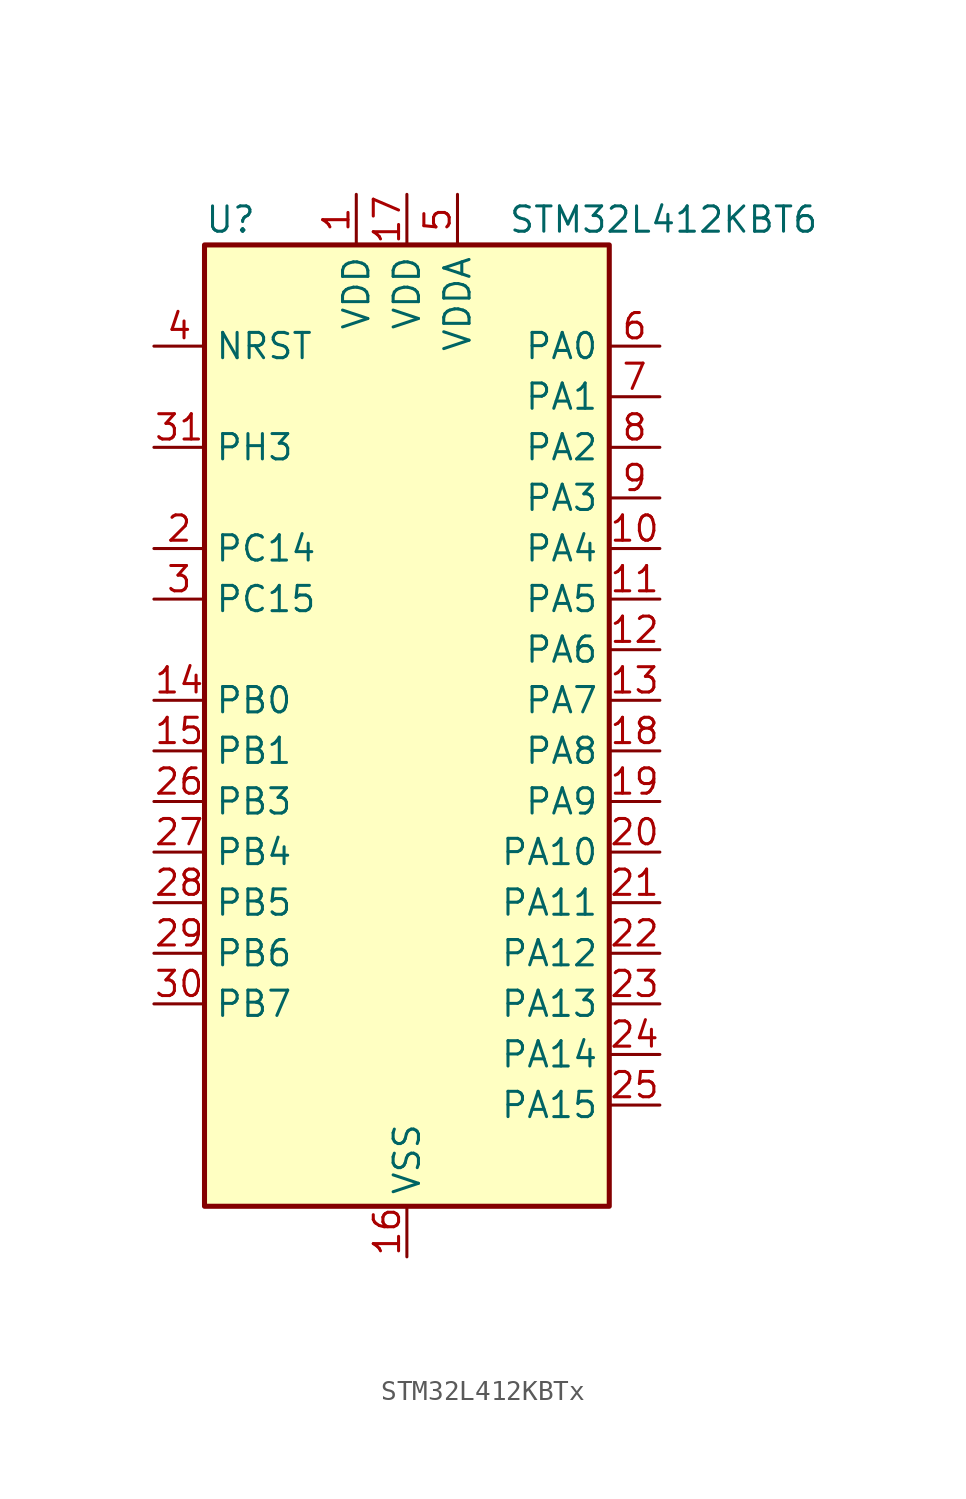
<source format=kicad_sym>
(kicad_symbol_lib
  (version 20241209)
  (generator "kicad_symbol_editor")
  (generator_version "9.0")
  (symbol "STM32L412KBTx"
    (property "Reference" "U"
      (at -10.16 26.67 0)
      (effects (font (size 1.27 1.27)) (justify left)))
    (property "Value" "STM32L412KBT6"
      (at 5.08 26.67 0)
      (effects (font (size 1.27 1.27)) (justify left)))
    (symbol "STM32L412KBTx_0_1"
      (rectangle (start -10.16 -22.86) (end 10.16 25.4) (stroke (width 0.254) (type default)) (fill (type background))))
    (symbol "STM32L412KBTx_1_1"
      (pin input line (at -12.7 20.32 0) (length 2.54) (name "NRST" (effects (font (size 1.27 1.27)))) (number "4" (effects (font (size 1.27 1.27)))))
      (pin bidirectional line (at -12.7 15.24 0) (length 2.54) (name "PH3" (effects (font (size 1.27 1.27)))) (number "31" (effects (font (size 1.27 1.27)))))
      (pin bidirectional line (at -12.7 10.16 0) (length 2.54) (name "PC14" (effects (font (size 1.27 1.27)))) (number "2" (effects (font (size 1.27 1.27)))) (alternate "RCC_OSC32_IN" bidirectional line))
      (pin bidirectional line (at -12.7 7.62 0) (length 2.54) (name "PC15" (effects (font (size 1.27 1.27)))) (number "3" (effects (font (size 1.27 1.27)))) (alternate "ADC1_EXTI15" bidirectional line) (alternate "ADC2_EXTI15" bidirectional line) (alternate "RCC_OSC32_OUT" bidirectional line))
      (pin bidirectional line (at -12.7 2.54 0) (length 2.54) (name "PB0" (effects (font (size 1.27 1.27)))) (number "14" (effects (font (size 1.27 1.27)))) (alternate "ADC1_IN15" bidirectional line) (alternate "ADC2_IN15" bidirectional line) (alternate "COMP1_OUT" bidirectional line) (alternate "QUADSPI_BK1_IO1" bidirectional line) (alternate "SPI1_NSS" bidirectional line) (alternate "SYS_TRACED0" bidirectional line) (alternate "TIM1_CH2N" bidirectional line))
      (pin bidirectional line (at -12.7 0 0) (length 2.54) (name "PB1" (effects (font (size 1.27 1.27)))) (number "15" (effects (font (size 1.27 1.27)))) (alternate "ADC1_IN16" bidirectional line) (alternate "ADC2_IN16" bidirectional line) (alternate "COMP1_INM" bidirectional line) (alternate "LPTIM2_IN1" bidirectional line) (alternate "LPUART1_DE" bidirectional line) (alternate "LPUART1_RTS" bidirectional line) (alternate "QUADSPI_BK1_IO0" bidirectional line) (alternate "SYS_TRACED1" bidirectional line) (alternate "TIM1_CH3N" bidirectional line))
      (pin bidirectional line (at -12.7 -2.54 0) (length 2.54) (name "PB3" (effects (font (size 1.27 1.27)))) (number "26" (effects (font (size 1.27 1.27)))) (alternate "SPI1_SCK" bidirectional line) (alternate "SYS_JTDO-SWO" bidirectional line) (alternate "TIM2_CH2" bidirectional line) (alternate "USART1_DE" bidirectional line) (alternate "USART1_RTS" bidirectional line))
      (pin bidirectional line (at -12.7 -5.08 0) (length 2.54) (name "PB4" (effects (font (size 1.27 1.27)))) (number "27" (effects (font (size 1.27 1.27)))) (alternate "I2C3_SDA" bidirectional line) (alternate "SPI1_MISO" bidirectional line) (alternate "SYS_JTRST" bidirectional line) (alternate "TSC_G2_IO1" bidirectional line) (alternate "USART1_CTS" bidirectional line))
      (pin bidirectional line (at -12.7 -7.62 0) (length 2.54) (name "PB5" (effects (font (size 1.27 1.27)))) (number "28" (effects (font (size 1.27 1.27)))) (alternate "I2C1_SMBA" bidirectional line) (alternate "LPTIM1_IN1" bidirectional line) (alternate "SPI1_MOSI" bidirectional line) (alternate "SYS_TRACED2" bidirectional line) (alternate "TIM16_BKIN" bidirectional line) (alternate "TSC_G2_IO2" bidirectional line) (alternate "USART1_CK" bidirectional line))
      (pin bidirectional line (at -12.7 -10.16 0) (length 2.54) (name "PB6" (effects (font (size 1.27 1.27)))) (number "29" (effects (font (size 1.27 1.27)))) (alternate "I2C1_SCL" bidirectional line) (alternate "LPTIM1_ETR" bidirectional line) (alternate "SYS_TRACED3" bidirectional line) (alternate "TIM16_CH1N" bidirectional line) (alternate "TSC_G2_IO3" bidirectional line) (alternate "USART1_TX" bidirectional line))
      (pin bidirectional line (at -12.7 -12.7 0) (length 2.54) (name "PB7" (effects (font (size 1.27 1.27)))) (number "30" (effects (font (size 1.27 1.27)))) (alternate "I2C1_SDA" bidirectional line) (alternate "LPTIM1_IN2" bidirectional line) (alternate "SYS_PVD_IN" bidirectional line) (alternate "SYS_TRACECLK" bidirectional line) (alternate "TSC_G2_IO4" bidirectional line) (alternate "USART1_RX" bidirectional line))
      (pin power_in line (at -2.54 27.94 270) (length 2.54) (name "VDD" (effects (font (size 1.27 1.27)))) (number "1" (effects (font (size 1.27 1.27)))))
      (pin power_in line (at 0 27.94 270) (length 2.54) (name "VDD" (effects (font (size 1.27 1.27)))) (number "17" (effects (font (size 1.27 1.27)))))
      (pin power_in line (at 0 -25.4 90) (length 2.54) (name "VSS" (effects (font (size 1.27 1.27)))) (number "16" (effects (font (size 1.27 1.27)))))
      (pin passive line (at 0 -25.4 90) (length 2.54) (hide yes) (name "VSS" (effects (font (size 1.27 1.27)))) (number "32" (effects (font (size 1.27 1.27)))))
      (pin power_in line (at 2.54 27.94 270) (length 2.54) (name "VDDA" (effects (font (size 1.27 1.27)))) (number "5" (effects (font (size 1.27 1.27)))))
      (pin bidirectional line (at 12.7 20.32 180) (length 2.54) (name "PA0" (effects (font (size 1.27 1.27)))) (number "6" (effects (font (size 1.27 1.27)))) (alternate "ADC1_IN5" bidirectional line) (alternate "COMP1_INM" bidirectional line) (alternate "COMP1_OUT" bidirectional line) (alternate "OPAMP1_VINP" bidirectional line) (alternate "RCC_CK_IN" bidirectional line) (alternate "RTC_TAMP2" bidirectional line) (alternate "SYS_WKUP1" bidirectional line) (alternate "TIM2_CH1" bidirectional line) (alternate "TIM2_ETR" bidirectional line) (alternate "USART2_CTS" bidirectional line))
      (pin bidirectional line (at 12.7 17.78 180) (length 2.54) (name "PA1" (effects (font (size 1.27 1.27)))) (number "7" (effects (font (size 1.27 1.27)))) (alternate "ADC1_IN6" bidirectional line) (alternate "COMP1_INP" bidirectional line) (alternate "I2C1_SMBA" bidirectional line) (alternate "OPAMP1_VINM" bidirectional line) (alternate "SPI1_SCK" bidirectional line) (alternate "TIM15_CH1N" bidirectional line) (alternate "TIM2_CH2" bidirectional line) (alternate "USART2_DE" bidirectional line) (alternate "USART2_RTS" bidirectional line))
      (pin bidirectional line (at 12.7 15.24 180) (length 2.54) (name "PA2" (effects (font (size 1.27 1.27)))) (number "8" (effects (font (size 1.27 1.27)))) (alternate "ADC1_IN7" bidirectional line) (alternate "ADC2_IN7" bidirectional line) (alternate "LPUART1_TX" bidirectional line) (alternate "QUADSPI_BK1_NCS" bidirectional line) (alternate "RCC_LSCO" bidirectional line) (alternate "SYS_WKUP4" bidirectional line) (alternate "TIM15_CH1" bidirectional line) (alternate "TIM2_CH3" bidirectional line) (alternate "USART2_TX" bidirectional line))
      (pin bidirectional line (at 12.7 12.7 180) (length 2.54) (name "PA3" (effects (font (size 1.27 1.27)))) (number "9" (effects (font (size 1.27 1.27)))) (alternate "ADC1_IN8" bidirectional line) (alternate "ADC2_IN8" bidirectional line) (alternate "LPUART1_RX" bidirectional line) (alternate "OPAMP1_VOUT" bidirectional line) (alternate "QUADSPI_CLK" bidirectional line) (alternate "TIM15_CH2" bidirectional line) (alternate "TIM2_CH4" bidirectional line) (alternate "USART2_RX" bidirectional line))
      (pin bidirectional line (at 12.7 10.16 180) (length 2.54) (name "PA4" (effects (font (size 1.27 1.27)))) (number "10" (effects (font (size 1.27 1.27)))) (alternate "ADC1_IN9" bidirectional line) (alternate "ADC2_IN9" bidirectional line) (alternate "COMP1_INM" bidirectional line) (alternate "LPTIM2_OUT" bidirectional line) (alternate "SPI1_NSS" bidirectional line) (alternate "USART2_CK" bidirectional line))
      (pin bidirectional line (at 12.7 7.62 180) (length 2.54) (name "PA5" (effects (font (size 1.27 1.27)))) (number "11" (effects (font (size 1.27 1.27)))) (alternate "ADC1_IN10" bidirectional line) (alternate "ADC2_IN10" bidirectional line) (alternate "COMP1_INM" bidirectional line) (alternate "LPTIM2_ETR" bidirectional line) (alternate "SPI1_SCK" bidirectional line) (alternate "TIM2_CH1" bidirectional line) (alternate "TIM2_ETR" bidirectional line))
      (pin bidirectional line (at 12.7 5.08 180) (length 2.54) (name "PA6" (effects (font (size 1.27 1.27)))) (number "12" (effects (font (size 1.27 1.27)))) (alternate "ADC1_IN11" bidirectional line) (alternate "ADC2_IN11" bidirectional line) (alternate "COMP1_OUT" bidirectional line) (alternate "LPUART1_CTS" bidirectional line) (alternate "QUADSPI_BK1_IO3" bidirectional line) (alternate "SPI1_MISO" bidirectional line) (alternate "TIM16_CH1" bidirectional line) (alternate "TIM1_BKIN" bidirectional line))
      (pin bidirectional line (at 12.7 2.54 180) (length 2.54) (name "PA7" (effects (font (size 1.27 1.27)))) (number "13" (effects (font (size 1.27 1.27)))) (alternate "ADC1_IN12" bidirectional line) (alternate "ADC2_IN12" bidirectional line) (alternate "I2C3_SCL" bidirectional line) (alternate "QUADSPI_BK1_IO2" bidirectional line) (alternate "SPI1_MOSI" bidirectional line) (alternate "TIM1_CH1N" bidirectional line))
      (pin bidirectional line (at 12.7 0 180) (length 2.54) (name "PA8" (effects (font (size 1.27 1.27)))) (number "18" (effects (font (size 1.27 1.27)))) (alternate "LPTIM2_OUT" bidirectional line) (alternate "RCC_MCO" bidirectional line) (alternate "TIM1_CH1" bidirectional line) (alternate "USART1_CK" bidirectional line))
      (pin bidirectional line (at 12.7 -2.54 180) (length 2.54) (name "PA9" (effects (font (size 1.27 1.27)))) (number "19" (effects (font (size 1.27 1.27)))) (alternate "I2C1_SCL" bidirectional line) (alternate "TIM15_BKIN" bidirectional line) (alternate "TIM1_CH2" bidirectional line) (alternate "USART1_TX" bidirectional line))
      (pin bidirectional line (at 12.7 -5.08 180) (length 2.54) (name "PA10" (effects (font (size 1.27 1.27)))) (number "20" (effects (font (size 1.27 1.27)))) (alternate "CRS_SYNC" bidirectional line) (alternate "I2C1_SDA" bidirectional line) (alternate "TIM1_CH3" bidirectional line) (alternate "USART1_RX" bidirectional line))
      (pin bidirectional line (at 12.7 -7.62 180) (length 2.54) (name "PA11" (effects (font (size 1.27 1.27)))) (number "21" (effects (font (size 1.27 1.27)))) (alternate "ADC1_EXTI11" bidirectional line) (alternate "ADC2_EXTI11" bidirectional line) (alternate "COMP1_OUT" bidirectional line) (alternate "SPI1_MISO" bidirectional line) (alternate "TIM1_BKIN2" bidirectional line) (alternate "TIM1_BKIN2_COMP1" bidirectional line) (alternate "TIM1_CH4" bidirectional line) (alternate "USART1_CTS" bidirectional line) (alternate "USB_DM" bidirectional line))
      (pin bidirectional line (at 12.7 -10.16 180) (length 2.54) (name "PA12" (effects (font (size 1.27 1.27)))) (number "22" (effects (font (size 1.27 1.27)))) (alternate "SPI1_MOSI" bidirectional line) (alternate "TIM1_ETR" bidirectional line) (alternate "USART1_DE" bidirectional line) (alternate "USART1_RTS" bidirectional line) (alternate "USB_DP" bidirectional line))
      (pin bidirectional line (at 12.7 -12.7 180) (length 2.54) (name "PA13" (effects (font (size 1.27 1.27)))) (number "23" (effects (font (size 1.27 1.27)))) (alternate "IR_OUT" bidirectional line) (alternate "SYS_JTMS-SWDIO" bidirectional line) (alternate "USB_NOE" bidirectional line))
      (pin bidirectional line (at 12.7 -15.24 180) (length 2.54) (name "PA14" (effects (font (size 1.27 1.27)))) (number "24" (effects (font (size 1.27 1.27)))) (alternate "I2C1_SMBA" bidirectional line) (alternate "LPTIM1_OUT" bidirectional line) (alternate "SYS_JTCK-SWCLK" bidirectional line))
      (pin bidirectional line (at 12.7 -17.78 180) (length 2.54) (name "PA15" (effects (font (size 1.27 1.27)))) (number "25" (effects (font (size 1.27 1.27)))) (alternate "ADC1_EXTI15" bidirectional line) (alternate "ADC2_EXTI15" bidirectional line) (alternate "SPI1_NSS" bidirectional line) (alternate "SYS_JTDI" bidirectional line) (alternate "TIM2_CH1" bidirectional line) (alternate "TIM2_ETR" bidirectional line) (alternate "USART2_RX" bidirectional line)))))
</source>
